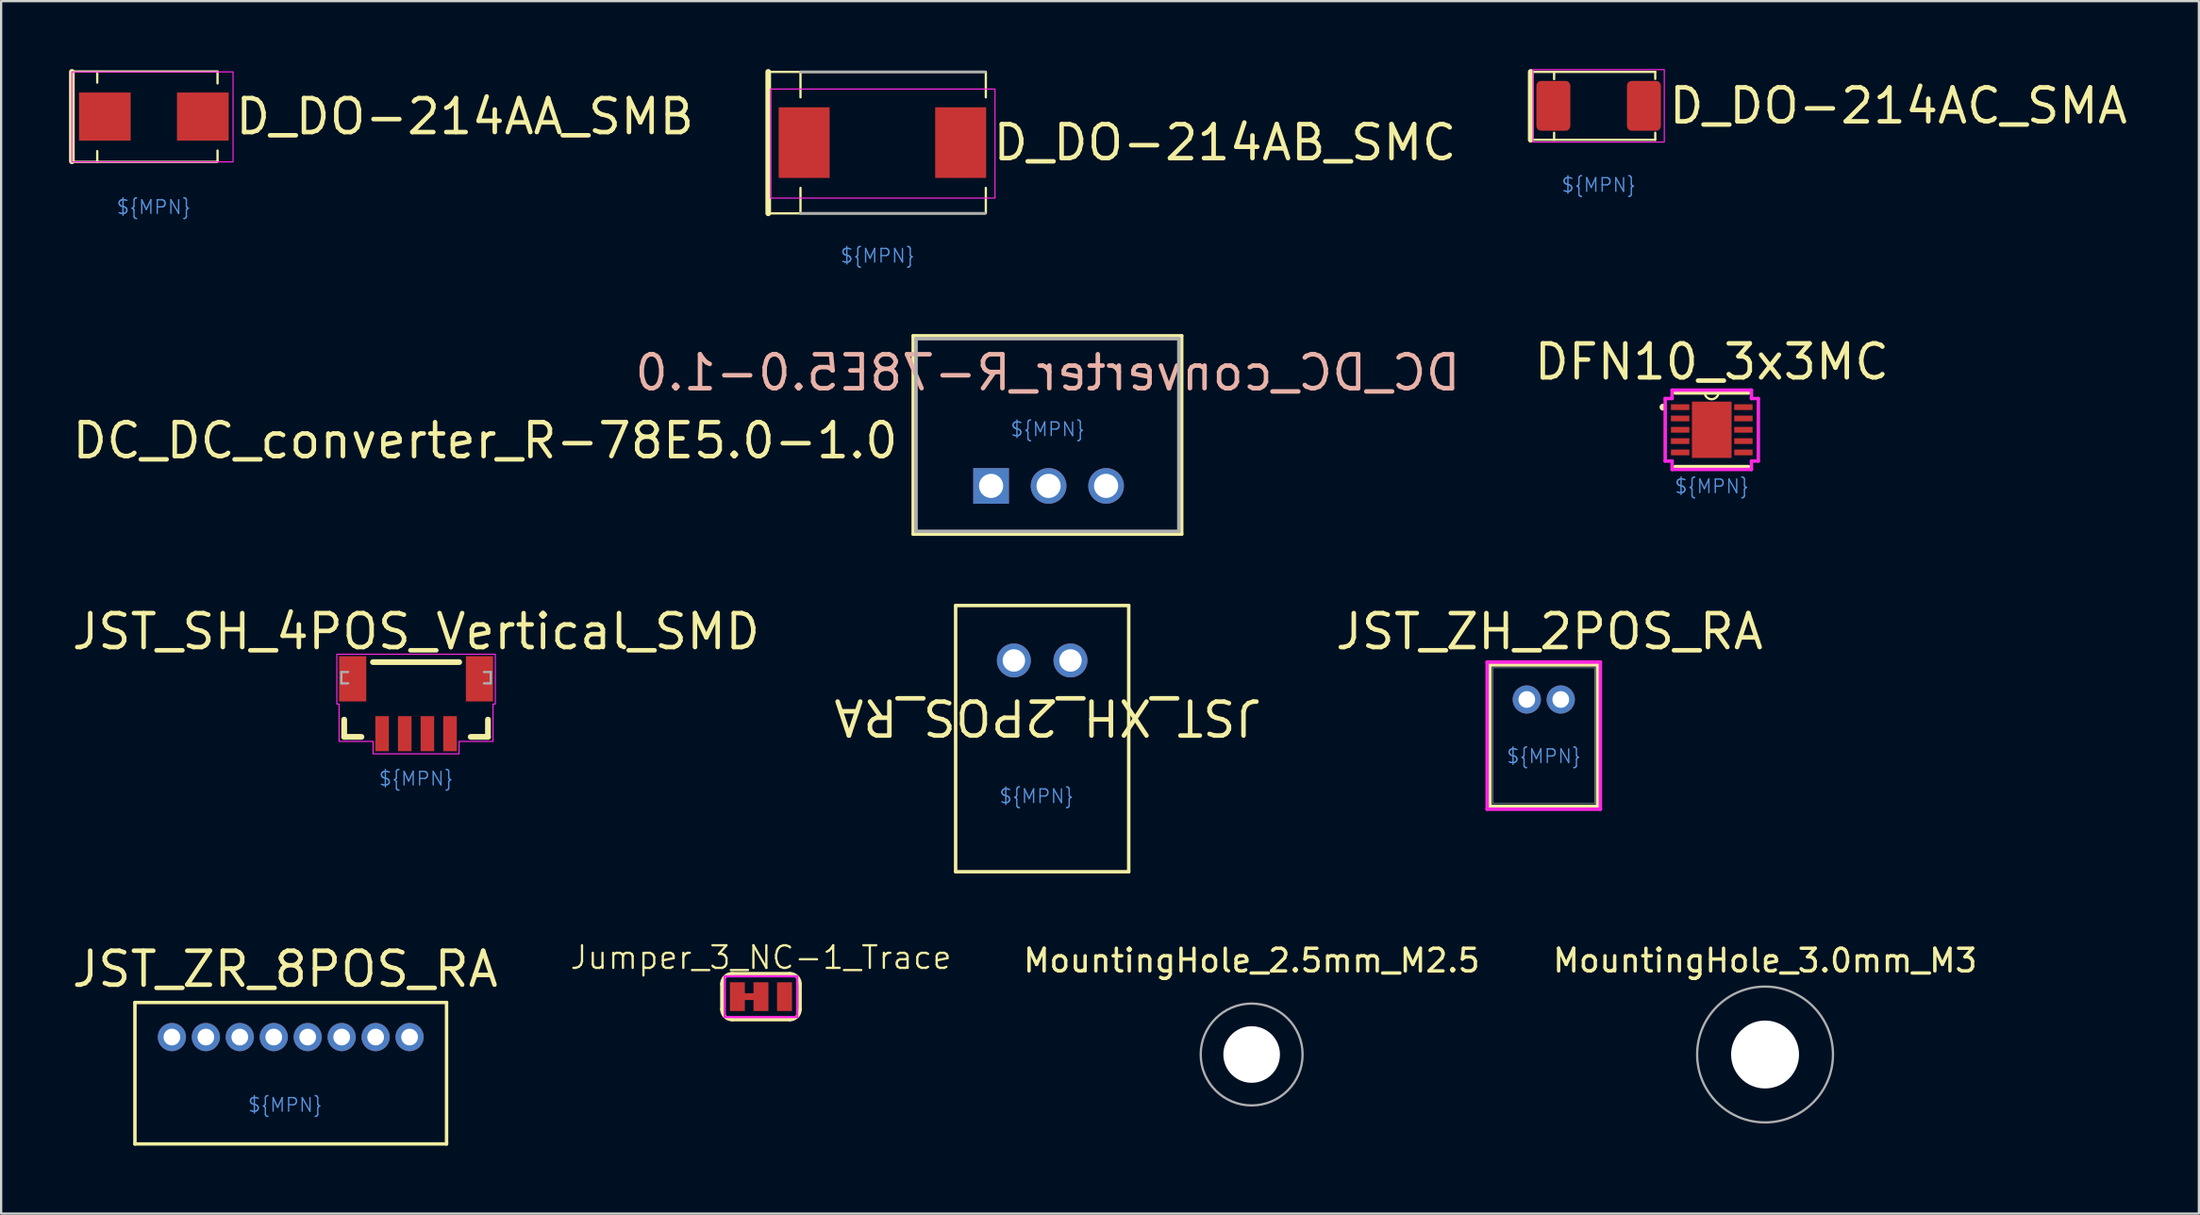
<source format=kicad_pcb>
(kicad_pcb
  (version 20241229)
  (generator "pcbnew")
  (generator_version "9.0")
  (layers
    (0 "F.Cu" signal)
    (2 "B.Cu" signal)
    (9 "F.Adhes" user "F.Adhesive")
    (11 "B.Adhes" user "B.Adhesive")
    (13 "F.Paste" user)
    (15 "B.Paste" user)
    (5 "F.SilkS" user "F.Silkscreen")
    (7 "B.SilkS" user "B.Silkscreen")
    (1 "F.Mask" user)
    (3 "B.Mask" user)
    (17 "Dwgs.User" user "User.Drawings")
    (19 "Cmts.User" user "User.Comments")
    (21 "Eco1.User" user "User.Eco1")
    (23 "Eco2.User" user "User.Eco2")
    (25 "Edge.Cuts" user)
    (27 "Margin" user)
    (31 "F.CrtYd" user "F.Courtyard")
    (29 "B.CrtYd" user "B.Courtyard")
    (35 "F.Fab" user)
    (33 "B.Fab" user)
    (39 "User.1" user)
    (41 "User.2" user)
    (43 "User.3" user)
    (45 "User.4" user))
  (footprint "JST_XH_2POS_RA"
    (layer "F.Cu")
    (at 41.736 26.126)
    (property "Reference" "JST_XH_2POS_RA" (at 1.5 2.5 180) (unlocked yes) (layer "F.SilkS") (effects (font (size 1.5 1.5) (thickness 0.2))))
    (property "MPN" "${MPN}" (at 1 6 0) (layer "Cmts.User") (effects (font (size 0.6 0.6) (thickness 0.06))))
    (fp_line (start -2.573 -2.427) (end -2.573 9.333) (stroke (width 0.152) (type solid)) (layer "F.SilkS"))
    (fp_line (start -2.573 9.333) (end 5.073 9.333) (stroke (width 0.152) (type solid)) (layer "F.SilkS"))
    (fp_line (start 5.073 -2.427) (end -2.573 -2.427) (stroke (width 0.152) (type solid)) (layer "F.SilkS"))
    (fp_line (start 5.073 9.333) (end 5.073 -2.427) (stroke (width 0.152) (type solid)) (layer "F.SilkS"))
    (pad "1" thru_hole circle (at 0 0) (size 1.499 1.499) (drill 0.991) (layers "*.Cu" "*.Mask"))
    (pad "2" thru_hole circle (at 2.5 0) (size 1.499 1.499) (drill 0.991) (layers "*.Cu" "*.Mask")))
  (footprint "MountingHole_3.0mm_M3"
    (layer "F.Cu")
    (at 74.918 43.534)
    (property "Reference" "MountingHole_3.0mm_M3" (at 0 -4.15 0) (layer "F.SilkS") (effects (font (size 1 1) (thickness 0.15))))
    (attr exclude_from_pos_files exclude_from_bom)
    (fp_circle (center 0 0) (end 3 0) (stroke (width 0.1) (type solid)) (fill no) (layer "F.Fab"))
    (pad "" np_thru_hole circle (at 0 0) (size 3 3) (drill 3) (layers "*.Cu" "*.Mask")))
  (footprint "D_DO-214AB_SMC"
    (layer "F.Cu")
    (at 35.714 3.251)
    (property "Reference" "D_DO-214AB_SMC" (at 5 -0.001 0) (unlocked yes) (layer "F.SilkS") (effects (font (size 1.5 1.5) (thickness 0.2)) (justify left)))
    (property "MPN" "${MPN}" (at 0 5 0) (layer "Cmts.User") (effects (font (size 0.6 0.6) (thickness 0.06))))
    (fp_line (start -4.829 -3.126) (end -4.829 3.124) (stroke (width 0.25) (type solid)) (layer "F.SilkS"))
    (fp_line (start -4.829 3.124) (end 4.746 3.124) (stroke (width 0.1) (type solid)) (layer "F.SilkS"))
    (fp_line (start -3.404 -2) (end -3.404 -3.126) (stroke (width 0.1) (type solid)) (layer "F.SilkS"))
    (fp_line (start -3.404 3.124) (end -3.404 2) (stroke (width 0.1) (type solid)) (layer "F.SilkS"))
    (fp_line (start 4.746 -3.126) (end -4.829 -3.126) (stroke (width 0.1) (type solid)) (layer "F.SilkS"))
    (fp_line (start 4.783 -2) (end 4.783 -3.126) (stroke (width 0.1) (type solid)) (layer "F.SilkS"))
    (fp_line (start 4.783 3.121) (end 4.783 2) (stroke (width 0.1) (type solid)) (layer "F.SilkS"))
    (fp_rect (start -4.729 -2.367) (end 5.188 2.449) (stroke (width 0.05) (type default)) (fill no) (layer "F.CrtYd"))
    (fp_line (start -3.404 -3.126) (end 4.746 -3.126) (stroke (width 0.12) (type solid)) (layer "F.Fab"))
    (fp_line (start 4.746 3.124) (end -3.404 3.124) (stroke (width 0.12) (type solid)) (layer "F.Fab"))
    (pad "1" smd rect (at -3.243 -0.001) (size 2.252 3.12) (layers "F.Cu" "F.Mask" "F.Paste"))
    (pad "2" smd rect (at 3.671 -0.001) (size 2.252 3.12) (layers "F.Cu" "F.Mask" "F.Paste")))
  (footprint "DFN10_3x3MC"
    (layer "F.Cu")
    (at 72.564 15.936)
    (property "Reference" "DFN10_3x3MC" (at 0 -3 0) (unlocked yes) (layer "F.SilkS") (effects (font (size 1.5 1.5) (thickness 0.2))))
    (property "MPN" "${MPN}" (at 0 2.5 0) (layer "Cmts.User") (effects (font (size 0.6 0.6) (thickness 0.06))))
    (attr smd)
    (fp_line (start -1.626 1.626) (end 1.626 1.626) (stroke (width 0.152) (type solid)) (layer "F.SilkS"))
    (fp_line (start 1.626 -1.626) (end -1.626 -1.626) (stroke (width 0.152) (type solid)) (layer "F.SilkS"))
    (fp_arc (start -2.13614 -0.926171) (mid -2.2312 -1) (end -2.13614 -1.073829) (stroke (width 0.1524) (type solid)) (layer "F.SilkS"))
    (fp_arc (start 0.297464 -1.655287) (mid -0.007336 -1.350487) (end -0.312136 -1.655287) (stroke (width 0.1) (type solid)) (layer "F.SilkS"))
    (fp_line (start -2.057 -1.381) (end -1.753 -1.381) (stroke (width 0.152) (type solid)) (layer "F.CrtYd"))
    (fp_line (start -2.057 1.381) (end -2.057 -1.381) (stroke (width 0.152) (type solid)) (layer "F.CrtYd"))
    (fp_line (start -2.057 1.381) (end -1.753 1.381) (stroke (width 0.152) (type solid)) (layer "F.CrtYd"))
    (fp_line (start -1.753 -1.753) (end 1.753 -1.753) (stroke (width 0.152) (type solid)) (layer "F.CrtYd"))
    (fp_line (start -1.753 -1.381) (end -1.753 -1.753) (stroke (width 0.152) (type solid)) (layer "F.CrtYd"))
    (fp_line (start -1.753 1.753) (end -1.753 1.381) (stroke (width 0.152) (type solid)) (layer "F.CrtYd"))
    (fp_line (start 1.753 -1.753) (end 1.753 -1.381) (stroke (width 0.152) (type solid)) (layer "F.CrtYd"))
    (fp_line (start 1.753 1.381) (end 1.753 1.753) (stroke (width 0.152) (type solid)) (layer "F.CrtYd"))
    (fp_line (start 1.753 1.753) (end -1.753 1.753) (stroke (width 0.152) (type solid)) (layer "F.CrtYd"))
    (fp_line (start 2.057 -1.381) (end 1.753 -1.381) (stroke (width 0.152) (type solid)) (layer "F.CrtYd"))
    (fp_line (start 2.057 -1.381) (end 2.057 1.381) (stroke (width 0.152) (type solid)) (layer "F.CrtYd"))
    (fp_line (start 2.057 1.381) (end 1.753 1.381) (stroke (width 0.152) (type solid)) (layer "F.CrtYd"))
    (pad "1" smd rect (at -1.397 -1) (size 0.813 0.254) (layers "F.Cu" "F.Mask" "F.Paste"))
    (pad "2" smd rect (at -1.397 -0.5) (size 0.813 0.254) (layers "F.Cu" "F.Mask" "F.Paste"))
    (pad "3" smd rect (at -1.397 0) (size 0.813 0.254) (layers "F.Cu" "F.Mask" "F.Paste"))
    (pad "4" smd rect (at -1.397 0.5) (size 0.813 0.254) (layers "F.Cu" "F.Mask" "F.Paste"))
    (pad "5" smd rect (at -1.397 1) (size 0.813 0.254) (layers "F.Cu" "F.Mask" "F.Paste"))
    (pad "6" smd rect (at 1.397 1) (size 0.813 0.254) (layers "F.Cu" "F.Mask" "F.Paste"))
    (pad "7" smd rect (at 1.397 0.5) (size 0.813 0.254) (layers "F.Cu" "F.Mask" "F.Paste"))
    (pad "8" smd rect (at 1.397 0) (size 0.813 0.254) (layers "F.Cu" "F.Mask" "F.Paste"))
    (pad "9" smd rect (at 1.397 -0.5) (size 0.813 0.254) (layers "F.Cu" "F.Mask" "F.Paste"))
    (pad "10" smd rect (at 1.397 -1) (size 0.813 0.254) (layers "F.Cu" "F.Mask" "F.Paste"))
    (pad "11" smd rect (at 0 0) (size 1.753 2.489) (layers "F.Cu" "F.Mask" "F.Paste")))
  (footprint "D_DO-214AC_SMA"
    (layer "F.Cu")
    (at 67.567 1.625)
    (property "Reference" "D_DO-214AC_SMA" (at 3 0 0) (layer "F.SilkS") (effects (font (size 1.5 1.5) (thickness 0.2)) (justify left)))
    (property "MPN" "${MPN}" (at 0 3.5 0) (layer "Cmts.User") (effects (font (size 0.6 0.6) (thickness 0.06))))
    (attr smd)
    (fp_line (start -3 -1.5) (end -3 1.5) (stroke (width 0.25) (type solid)) (layer "F.SilkS"))
    (fp_line (start -1.967 -1.49) (end -1.967 -1.18) (stroke (width 0.1) (type solid)) (layer "F.SilkS"))
    (fp_line (start -1.967 1.19) (end -1.967 1.5) (stroke (width 0.1) (type solid)) (layer "F.SilkS"))
    (fp_line (start 2.5 -1.5) (end -3 -1.5) (stroke (width 0.1) (type solid)) (layer "F.SilkS"))
    (fp_line (start 2.5 -1.5) (end 2.5 -1.19) (stroke (width 0.1) (type solid)) (layer "F.SilkS"))
    (fp_line (start 2.5 1.19) (end 2.5 1.5) (stroke (width 0.1) (type solid)) (layer "F.SilkS"))
    (fp_line (start 2.5 1.5) (end -3 1.5) (stroke (width 0.1) (type solid)) (layer "F.SilkS"))
    (fp_rect (start -2.9 -1.6) (end 2.9 1.6) (stroke (width 0.05) (type default)) (fill no) (layer "F.CrtYd"))
    (pad "1" smd roundrect (at -2 0) (size 1.5 2.2) (layers "F.Cu" "F.Mask" "F.Paste") (roundrect_rratio 0.139))
    (pad "2" smd roundrect (at 2 0) (size 1.5 2.2) (layers "F.Cu" "F.Mask" "F.Paste") (roundrect_rratio 0.139)))
  (footprint "DC_DC_converter_R-78E5.0-1.0"
    (layer "F.Cu")
    (at 40.729 18.415)
    (property "Reference" "DC_DC_converter_R-78E5.0-1.0" (at 2.5 -5 0) (unlocked yes) (layer "B.SilkS") (effects (font (size 1.5 1.5) (thickness 0.2)) (justify mirror)))
    (property "MPN" "${MPN}" (at 2.5 -2.5 0) (unlocked yes) (layer "Cmts.User") (effects (font (size 0.6 0.6) (thickness 0.06))))
    (fp_line (start -3.441 -6.631) (end -3.441 2.132) (stroke (width 0.152) (type solid)) (layer "F.SilkS"))
    (fp_line (start -3.441 2.132) (end 8.421 2.132) (stroke (width 0.152) (type solid)) (layer "F.SilkS"))
    (fp_line (start 8.421 -6.631) (end -3.441 -6.631) (stroke (width 0.152) (type solid)) (layer "F.SilkS"))
    (fp_line (start 8.421 2.132) (end 8.421 -6.631) (stroke (width 0.152) (type solid)) (layer "F.SilkS"))
    (fp_line (start -3.314 -6.504) (end -3.314 2.005) (stroke (width 0.152) (type solid)) (layer "F.Fab"))
    (fp_line (start -3.314 2.005) (end 8.294 2.005) (stroke (width 0.152) (type solid)) (layer "F.Fab"))
    (fp_line (start 8.294 -6.504) (end -3.314 -6.504) (stroke (width 0.152) (type solid)) (layer "F.Fab"))
    (fp_line (start 8.294 2.005) (end 8.294 -6.504) (stroke (width 0.152) (type solid)) (layer "F.Fab"))
    (fp_text user "${Reference}" (at -4 -2 0) (unlocked yes) (layer "F.SilkS") (effects (font (size 1.5 1.5) (thickness 0.2)) (justify right)))
    (pad "1" thru_hole rect (at 0 0) (size 1.575 1.575) (drill 1.067) (layers "*.Cu" "*.Mask"))
    (pad "2" thru_hole circle (at 2.54 0) (size 1.575 1.575) (drill 1.067) (layers "*.Cu" "*.Mask"))
    (pad "3" thru_hole circle (at 5.08 0) (size 1.575 1.575) (drill 1.067) (layers "*.Cu" "*.Mask")))
  (footprint "JST_ZR_8POS_RA"
    (layer "F.Cu")
    (at 4.543 42.764)
    (property "Reference" "JST_ZR_8POS_RA" (at 5 -3 0) (unlocked yes) (layer "F.SilkS") (effects (font (size 1.5 1.5) (thickness 0.2))))
    (property "MPN" "${MPN}" (at 5 3 0) (layer "Cmts.User") (effects (font (size 0.6 0.6) (thickness 0.06))))
    (fp_line (start -1.633 -1.527) (end -1.633 4.721) (stroke (width 0.152) (type solid)) (layer "F.SilkS"))
    (fp_line (start -1.633 4.721) (end 12.133 4.721) (stroke (width 0.152) (type solid)) (layer "F.SilkS"))
    (fp_line (start 12.133 -1.527) (end -1.633 -1.527) (stroke (width 0.152) (type solid)) (layer "F.SilkS"))
    (fp_line (start 12.133 4.721) (end 12.133 -1.527) (stroke (width 0.152) (type solid)) (layer "F.SilkS"))
    (pad "1" thru_hole circle (at 0 0) (size 1.245 1.245) (drill 0.737) (layers "*.Cu" "*.Mask"))
    (pad "2" thru_hole circle (at 1.5 0) (size 1.245 1.245) (drill 0.737) (layers "*.Cu" "*.Mask"))
    (pad "3" thru_hole circle (at 3 0) (size 1.245 1.245) (drill 0.737) (layers "*.Cu" "*.Mask"))
    (pad "4" thru_hole circle (at 4.5 0) (size 1.245 1.245) (drill 0.737) (layers "*.Cu" "*.Mask"))
    (pad "5" thru_hole circle (at 6 0) (size 1.245 1.245) (drill 0.737) (layers "*.Cu" "*.Mask"))
    (pad "6" thru_hole circle (at 7.5 0) (size 1.245 1.245) (drill 0.737) (layers "*.Cu" "*.Mask"))
    (pad "7" thru_hole circle (at 9 0) (size 1.245 1.245) (drill 0.737) (layers "*.Cu" "*.Mask"))
    (pad "8" thru_hole circle (at 10.5 0) (size 1.245 1.245) (drill 0.737) (layers "*.Cu" "*.Mask")))
  (footprint "Jumper_3_NC-1_Trace"
    (layer "F.Cu")
    (at 30.564 40.978)
    (property "Reference" "Jumper_3_NC-1_Trace" (at 0 -1.143 0) (layer "F.SilkS") (effects (font (size 1 1) (thickness 0.1)) (justify bottom)))
    (attr allow_soldermask_bridges)
    (fp_poly (pts (xy -0.771 -0.15) (xy -0.271 -0.15) (xy -0.271 0.15) (xy -0.771 0.15)) (stroke (width 0) (type solid)) (fill yes) (layer "F.Cu"))
    (fp_poly (pts (xy -0.267 0.24) (xy -0.775 0.24) (xy -0.775 -0.24) (xy -0.267 -0.24)) (stroke (width 0) (type default)) (fill yes) (layer "F.Mask"))
    (fp_line (start -1.727 -0.559) (end -1.727 0.559) (stroke (width 0.152) (type solid)) (layer "F.SilkS"))
    (fp_line (start -1.27 -1.016) (end 1.27 -1.016) (stroke (width 0.152) (type solid)) (layer "F.SilkS"))
    (fp_line (start 1.27 1.016) (end -1.27 1.016) (stroke (width 0.152) (type solid)) (layer "F.SilkS"))
    (fp_line (start 1.727 -0.559) (end 1.727 0.559) (stroke (width 0.152) (type solid)) (layer "F.SilkS"))
    (fp_arc (start -1.7272 -0.5588) (mid -1.593289 -0.882089) (end -1.27 -1.016) (stroke (width 0.1524) (type solid)) (layer "F.SilkS"))
    (fp_arc (start -1.27 1.016) (mid -1.593289 0.882089) (end -1.7272 0.5588) (stroke (width 0.1524) (type solid)) (layer "F.SilkS"))
    (fp_arc (start 1.27 -1.016) (mid 1.593289 -0.882089) (end 1.7272 -0.5588) (stroke (width 0.1524) (type solid)) (layer "F.SilkS"))
    (fp_arc (start 1.7272 0.5588) (mid 1.593289 0.882089) (end 1.27 1.016) (stroke (width 0.1524) (type solid)) (layer "F.SilkS"))
    (fp_rect (start 1.6 -0.9) (end -1.6 0.9) (stroke (width 0.1) (type default)) (fill no) (layer "F.CrtYd"))
    (pad "1" smd rect (at -1.041 0) (size 0.66 1.27) (layers "F.Cu" "F.Mask"))
    (pad "2" smd rect (at 0 0) (size 0.66 1.27) (layers "F.Cu" "F.Mask"))
    (pad "3" smd rect (at 1.041 0 180) (size 0.66 1.27) (layers "F.Cu" "F.Mask")))
  (footprint "JST_ZH_2POS_RA"
    (layer "F.Cu")
    (at 64.393 27.851)
    (property "Reference" "JST_ZH_2POS_RA" (at 1 -3 0) (unlocked yes) (layer "F.SilkS") (effects (font (size 1.5 1.5) (thickness 0.2))))
    (property "MPN" "${MPN}" (at 0.75 2.507 0) (layer "Cmts.User") (effects (font (size 0.6 0.6) (thickness 0.06))))
    (attr through_hole)
    (fp_line (start -1.625 -1.527) (end -1.625 4.721) (stroke (width 0.152) (type solid)) (layer "F.SilkS"))
    (fp_line (start -1.625 4.721) (end 3.125 4.721) (stroke (width 0.152) (type solid)) (layer "F.SilkS"))
    (fp_line (start 3.125 -1.527) (end -1.625 -1.527) (stroke (width 0.152) (type solid)) (layer "F.SilkS"))
    (fp_line (start 3.125 4.721) (end 3.125 -1.527) (stroke (width 0.152) (type solid)) (layer "F.SilkS"))
    (fp_line (start -1.752 -1.654) (end -1.752 4.848) (stroke (width 0.152) (type solid)) (layer "F.CrtYd"))
    (fp_line (start -1.752 4.848) (end 3.252 4.848) (stroke (width 0.152) (type solid)) (layer "F.CrtYd"))
    (fp_line (start 3.252 -1.654) (end -1.752 -1.654) (stroke (width 0.152) (type solid)) (layer "F.CrtYd"))
    (fp_line (start 3.252 4.848) (end 3.252 -1.654) (stroke (width 0.152) (type solid)) (layer "F.CrtYd"))
    (fp_line (start -1.498 -1.4) (end -1.498 4.594) (stroke (width 0.025) (type solid)) (layer "F.Fab"))
    (fp_line (start -1.498 4.594) (end 2.998 4.594) (stroke (width 0.025) (type solid)) (layer "F.Fab"))
    (fp_line (start 2.998 -1.4) (end -1.498 -1.4) (stroke (width 0.025) (type solid)) (layer "F.Fab"))
    (fp_line (start 2.998 4.594) (end 2.998 -1.4) (stroke (width 0.025) (type solid)) (layer "F.Fab"))
    (pad "1" thru_hole circle (at 0 0) (size 1.245 1.245) (drill 0.737) (layers "*.Cu" "*.Mask"))
    (pad "2" thru_hole circle (at 1.5 0) (size 1.245 1.245) (drill 0.737) (layers "*.Cu" "*.Mask")))
  (footprint "JST_SH_4POS_Vertical_SMD"
    (layer "F.Cu")
    (at 15.329 27.851)
    (property "Reference" "JST_SH_4POS_Vertical_SMD" (at 0 -3 0) (layer "F.SilkS") (effects (font (size 1.5 1.5) (thickness 0.2))))
    (property "MPN" "${MPN}" (at 0 3.5 0) (layer "Cmts.User") (effects (font (size 0.6 0.6) (thickness 0.06))))
    (attr smd)
    (fp_line (start -3.175 0.889) (end -3.175 1.651) (stroke (width 0.254) (type solid)) (layer "F.SilkS"))
    (fp_line (start -3.175 1.651) (end -2.413 1.651) (stroke (width 0.254) (type solid)) (layer "F.SilkS"))
    (fp_line (start 1.905 -1.651) (end -1.905 -1.651) (stroke (width 0.254) (type solid)) (layer "F.SilkS"))
    (fp_line (start 3.175 0.889) (end 3.175 1.651) (stroke (width 0.254) (type solid)) (layer "F.SilkS"))
    (fp_line (start 3.175 1.651) (end 2.413 1.651) (stroke (width 0.254) (type solid)) (layer "F.SilkS"))
    (fp_poly (pts (xy -3.5 -2) (xy 3.5 -2) (xy 3.5 0.2) (xy 3.4 0.2) (xy 3.4 1.85) (xy 1.9 1.85) (xy 1.9 2.4) (xy -1.9 2.4) (xy -1.9 1.85) (xy -3.4 1.85) (xy -3.4 0.2) (xy -3.5 0.2)) (stroke (width 0.05) (type solid)) (fill no) (layer "F.CrtYd"))
    (fp_line (start -3.3 -1.214) (end -3.3 -0.714) (stroke (width 0.1) (type solid)) (layer "F.Fab"))
    (fp_line (start -3.3 -0.714) (end -3 -0.714) (stroke (width 0.1) (type solid)) (layer "F.Fab"))
    (fp_line (start -3 -1.214) (end -3.3 -1.214) (stroke (width 0.1) (type solid)) (layer "F.Fab"))
    (fp_line (start 3 -0.714) (end 3.3 -0.714) (stroke (width 0.1) (type solid)) (layer "F.Fab"))
    (fp_line (start 3.3 -1.214) (end 3 -1.214) (stroke (width 0.1) (type solid)) (layer "F.Fab"))
    (fp_line (start 3.3 -0.714) (end 3.3 -1.214) (stroke (width 0.1) (type solid)) (layer "F.Fab"))
    (pad "1" smd rect (at -1.5 1.511) (size 0.6 1.55) (layers "F.Cu" "F.Mask" "F.Paste"))
    (pad "2" smd rect (at -0.5 1.511) (size 0.6 1.55) (layers "F.Cu" "F.Mask" "F.Paste"))
    (pad "3" smd rect (at 0.5 1.511) (size 0.6 1.55) (layers "F.Cu" "F.Mask" "F.Paste"))
    (pad "4" smd rect (at 1.5 1.511) (size 0.6 1.55) (layers "F.Cu" "F.Mask" "F.Paste"))
    (pad "NC1" smd rect (at -2.8 -0.914) (size 1.2 2) (layers "F.Cu" "F.Mask" "F.Paste"))
    (pad "NC2" smd rect (at 2.8 -0.914) (size 1.2 2) (layers "F.Cu" "F.Mask" "F.Paste")))
  (footprint "MountingHole_2.5mm_M2.5"
    (layer "F.Cu")
    (at 52.239 43.534)
    (property "Reference" "MountingHole_2.5mm_M2.5" (at 0 -4.15 0) (layer "F.SilkS") (effects (font (size 1 1) (thickness 0.15))))
    (attr exclude_from_pos_files exclude_from_bom)
    (fp_circle (center 0 0) (end 2.25 0) (stroke (width 0.1) (type solid)) (fill no) (layer "F.Fab"))
    (pad "" np_thru_hole circle (at 0 0) (size 2.5 2.5) (drill 2.5) (layers "*.Cu" "*.Mask")))
  (footprint "D_DO-214AA_SMB"
    (layer "F.Cu")
    (at 3.745 2.1)
    (property "Reference" "D_DO-214AA_SMB" (at 3.5 0 0) (unlocked yes) (layer "F.SilkS") (effects (font (size 1.5 1.5) (thickness 0.2)) (justify left)))
    (property "MPN" "${MPN}" (at -0.004 4 0) (layer "Cmts.User") (effects (font (size 0.6 0.6) (thickness 0.06))))
    (fp_line (start -3.62 -1.975) (end -3.62 1.975) (stroke (width 0.25) (type solid)) (layer "F.SilkS"))
    (fp_line (start -3.62 2) (end 2.8 2) (stroke (width 0.1) (type solid)) (layer "F.SilkS"))
    (fp_line (start -2.5 -1.975) (end -2.5 -1.5) (stroke (width 0.1) (type solid)) (layer "F.SilkS"))
    (fp_line (start -2.5 1.525) (end -2.5 2) (stroke (width 0.1) (type solid)) (layer "F.SilkS"))
    (fp_line (start 2.815 -1.94) (end 2.815 -1.465) (stroke (width 0.1) (type solid)) (layer "F.SilkS"))
    (fp_line (start 2.815 1.5) (end 2.815 1.975) (stroke (width 0.1) (type solid)) (layer "F.SilkS"))
    (fp_line (start 2.823 -1.993) (end -3.597 -1.993) (stroke (width 0.1) (type solid)) (layer "F.SilkS"))
    (fp_rect (start -3.62 -1.975) (end 3.5 2) (stroke (width 0.05) (type default)) (fill no) (layer "F.CrtYd"))
    (pad "1" smd rect (at -2.164 0) (size 2.284 2.124) (layers "F.Cu" "F.Mask" "F.Paste"))
    (pad "2" smd rect (at 2.164 0) (size 2.284 2.124) (layers "F.Cu" "F.Mask" "F.Paste")))
  (gr_rect
    (start -3 -3)
    (end 94.081 50.562)
    (stroke (width 0.1) (type default))
    (fill no)
    (layer "Edge.Cuts")))
</source>
